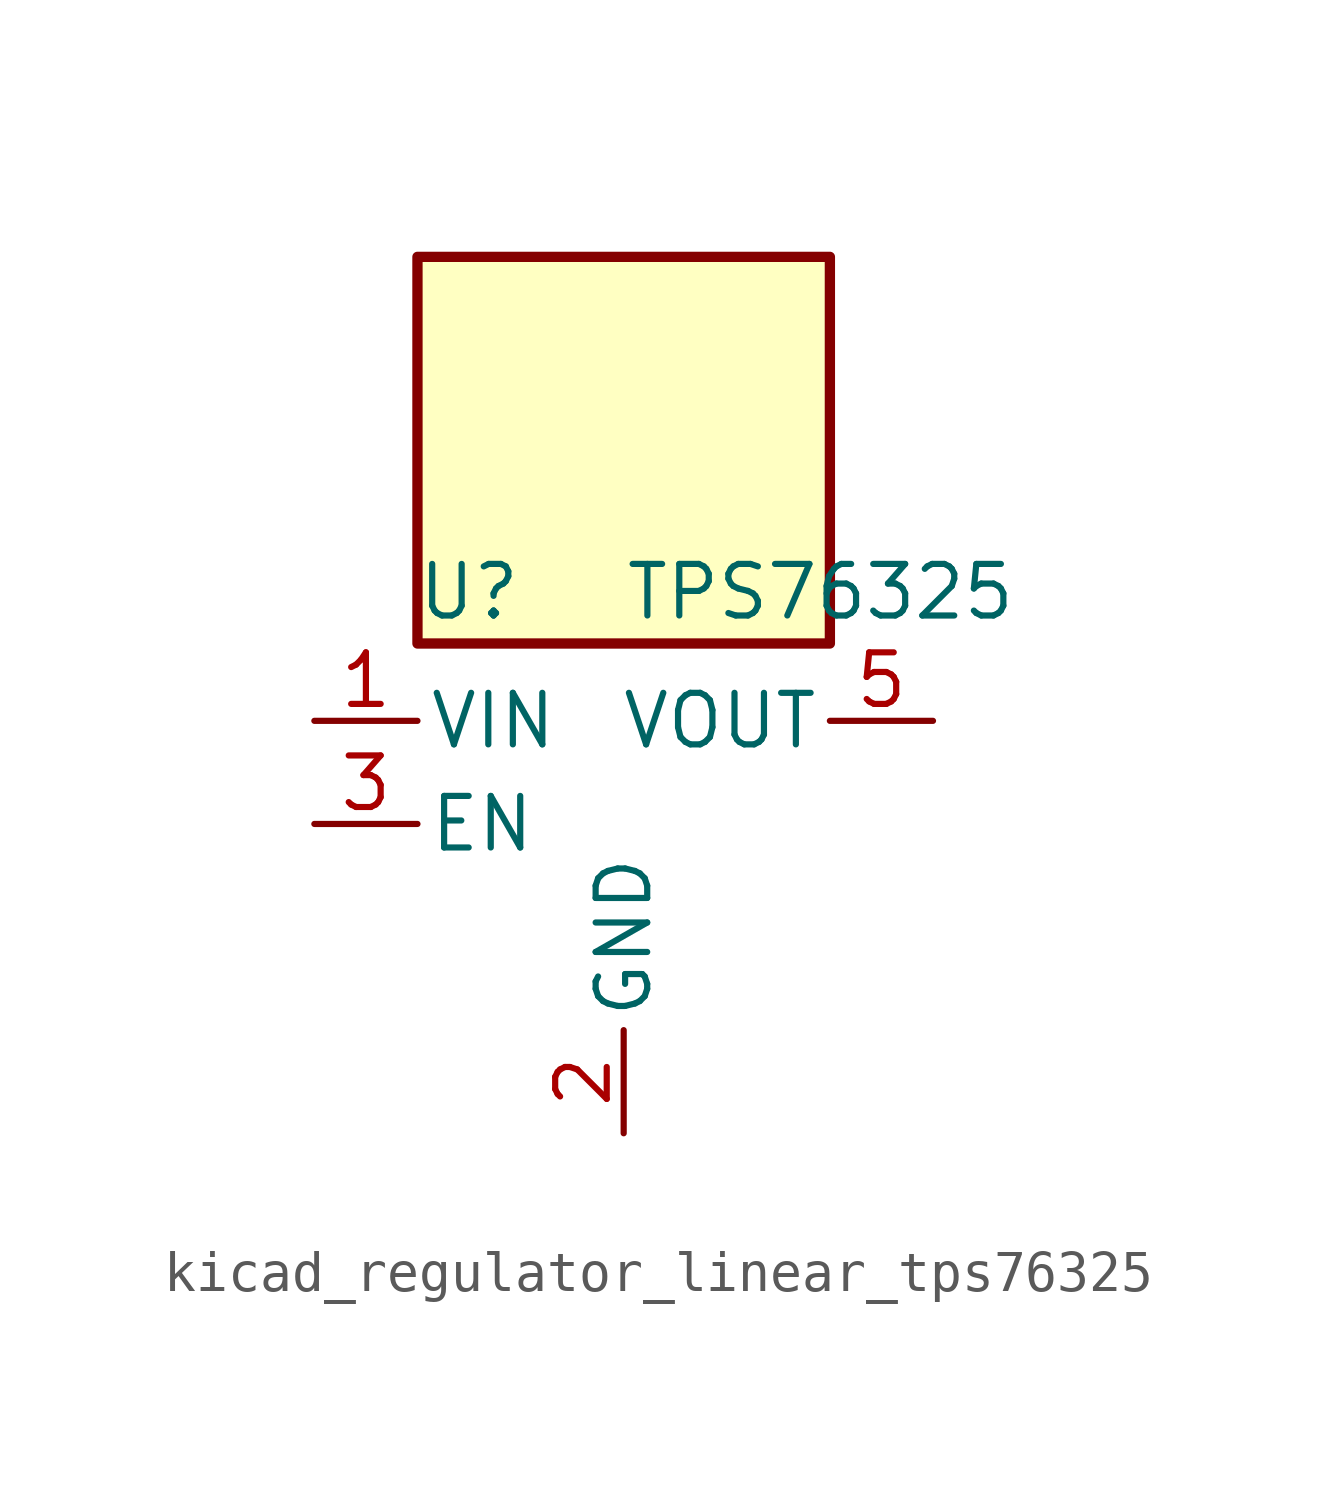
<source format=kicad_sym>
(kicad_symbol_lib
  (version 20220914)
  (generator kicad_symbol_editor)
  (symbol "kicad_regulator_linear_tps76325"
    (pin_names
      (offset 0.254))
    (property "Reference" "U"
      (at -3.81 5.715 0)
      (effects (font (size 1.27 1.27))))
    (property "Value" "TPS76325"
      (at 0 5.715 0)
      (effects (font (size 1.27 1.27)) (justify left)))
    (symbol "kicad_regulator_linear_tps76325_0_1"
      (rectangle (start 5.08 13.97) (end -5.08 4.445) (stroke (width 0.254) (type default)) (fill (type background))))
    (symbol "kicad_regulator_linear_tps76325_1_1"
      (pin power_in line (at -7.62 2.54 0) (length 2.54) (name "VIN" (effects (font (size 1.27 1.27)))) (number "1" (effects (font (size 1.27 1.27)))))
      (pin power_in line (at 0 -7.62 90) (length 2.54) (name "GND" (effects (font (size 1.27 1.27)))) (number "2" (effects (font (size 1.27 1.27)))))
      (pin input line (at -7.62 0 0) (length 2.54) (name "EN" (effects (font (size 1.27 1.27)))) (number "3" (effects (font (size 1.27 1.27)))))
      (pin no_connect line (at 5.08 0 180) (length 2.54) hide (name "NC" (effects (font (size 1.27 1.27)))) (number "4" (effects (font (size 1.27 1.27)))))
      (pin power_out line (at 7.62 2.54 180) (length 2.54) (name "VOUT" (effects (font (size 1.27 1.27)))) (number "5" (effects (font (size 1.27 1.27))))))))
</source>
